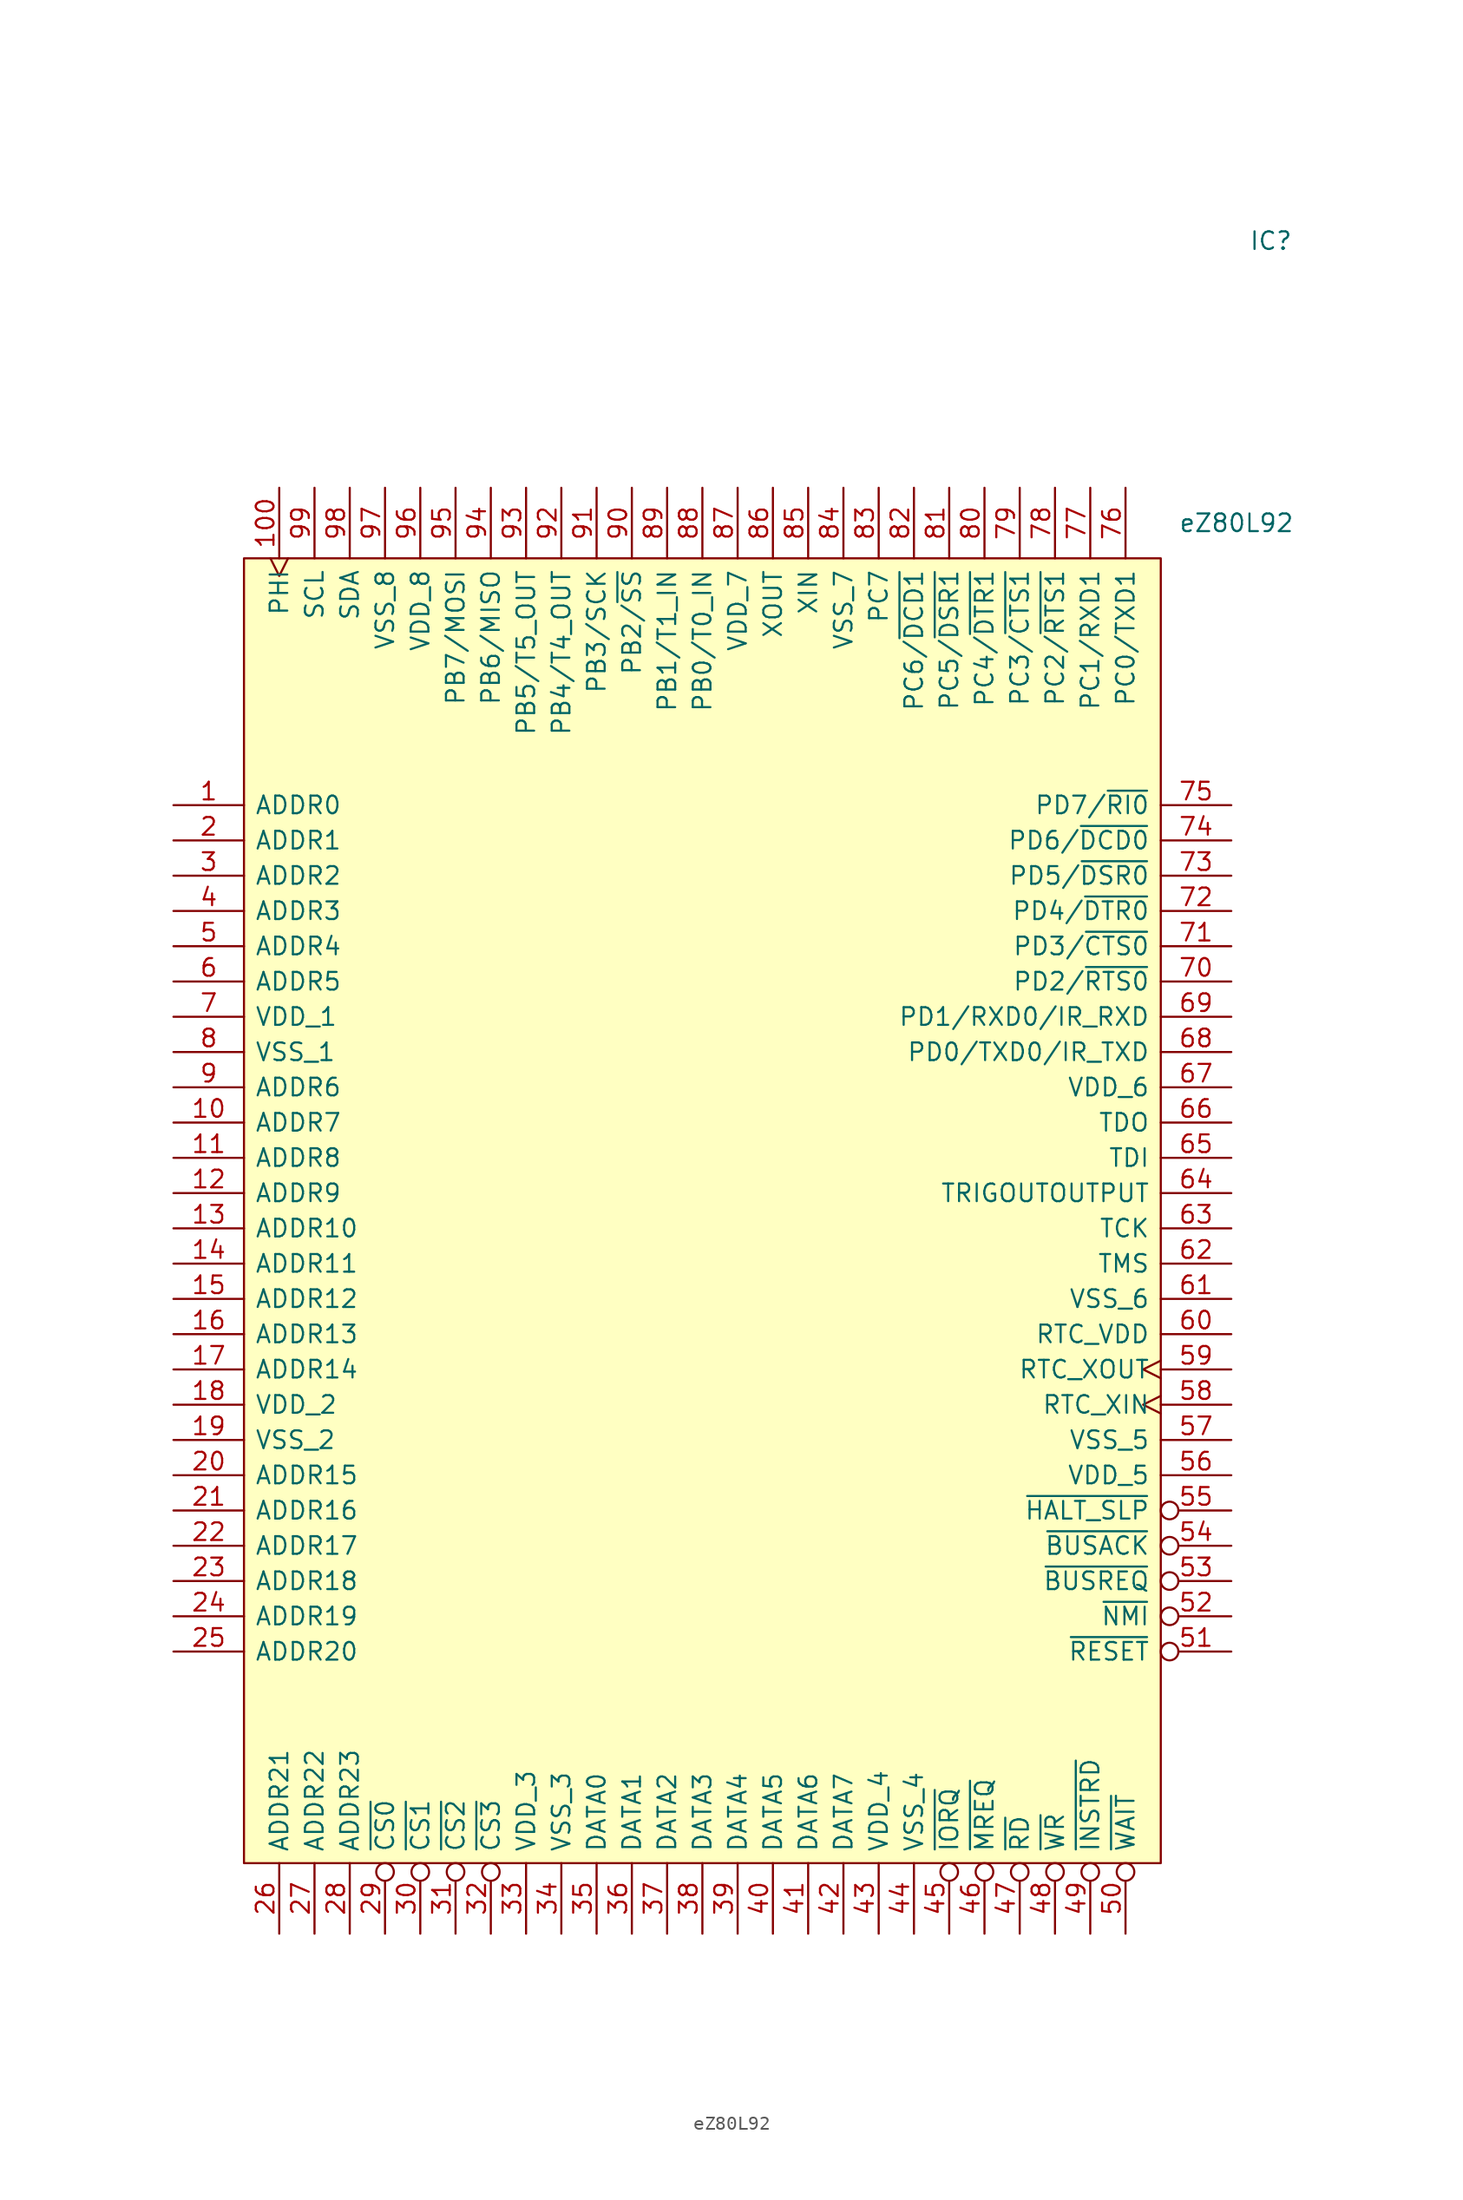
<source format=kicad_sym>
(kicad_symbol_lib
  (version 20211014)
  (generator kicad_symbol_editor)
  (symbol "eZ80L92"
    (pin_names
      (offset 0.762))
    (property "Reference" "IC"
      (at 72.39 22.86 0)
      (effects (font (size 1.27 1.27)) (justify left)))
    (property "Value" "eZ80L92"
      (at 67.31 2.54 0)
      (effects (font (size 1.27 1.27)) (justify left)))
    (symbol "eZ80L92_0_0"
      (pin bidirectional line (at -5.08 -17.78 0) (length 5.08) (name "ADDR0" (effects (font (size 1.27 1.27)))) (number "1" (effects (font (size 1.27 1.27)))))
      (pin bidirectional line (at -5.08 -40.64 0) (length 5.08) (name "ADDR7" (effects (font (size 1.27 1.27)))) (number "10" (effects (font (size 1.27 1.27)))))
      (pin output clock (at 2.54 5.08 270) (length 5.08) (name "PHI" (effects (font (size 1.27 1.27)))) (number "100" (effects (font (size 1.27 1.27)))))
      (pin bidirectional line (at -5.08 -43.18 0) (length 5.08) (name "ADDR8" (effects (font (size 1.27 1.27)))) (number "11" (effects (font (size 1.27 1.27)))))
      (pin bidirectional line (at -5.08 -45.72 0) (length 5.08) (name "ADDR9" (effects (font (size 1.27 1.27)))) (number "12" (effects (font (size 1.27 1.27)))))
      (pin bidirectional line (at -5.08 -48.26 0) (length 5.08) (name "ADDR10" (effects (font (size 1.27 1.27)))) (number "13" (effects (font (size 1.27 1.27)))))
      (pin bidirectional line (at -5.08 -50.8 0) (length 5.08) (name "ADDR11" (effects (font (size 1.27 1.27)))) (number "14" (effects (font (size 1.27 1.27)))))
      (pin bidirectional line (at -5.08 -53.34 0) (length 5.08) (name "ADDR12" (effects (font (size 1.27 1.27)))) (number "15" (effects (font (size 1.27 1.27)))))
      (pin bidirectional line (at -5.08 -55.88 0) (length 5.08) (name "ADDR13" (effects (font (size 1.27 1.27)))) (number "16" (effects (font (size 1.27 1.27)))))
      (pin bidirectional line (at -5.08 -58.42 0) (length 5.08) (name "ADDR14" (effects (font (size 1.27 1.27)))) (number "17" (effects (font (size 1.27 1.27)))))
      (pin power_in line (at -5.08 -60.96 0) (length 5.08) (name "VDD_2" (effects (font (size 1.27 1.27)))) (number "18" (effects (font (size 1.27 1.27)))))
      (pin power_in line (at -5.08 -63.5 0) (length 5.08) (name "VSS_2" (effects (font (size 1.27 1.27)))) (number "19" (effects (font (size 1.27 1.27)))))
      (pin bidirectional line (at -5.08 -20.32 0) (length 5.08) (name "ADDR1" (effects (font (size 1.27 1.27)))) (number "2" (effects (font (size 1.27 1.27)))))
      (pin bidirectional line (at -5.08 -66.04 0) (length 5.08) (name "ADDR15" (effects (font (size 1.27 1.27)))) (number "20" (effects (font (size 1.27 1.27)))))
      (pin bidirectional line (at -5.08 -68.58 0) (length 5.08) (name "ADDR16" (effects (font (size 1.27 1.27)))) (number "21" (effects (font (size 1.27 1.27)))))
      (pin bidirectional line (at -5.08 -71.12 0) (length 5.08) (name "ADDR17" (effects (font (size 1.27 1.27)))) (number "22" (effects (font (size 1.27 1.27)))))
      (pin bidirectional line (at -5.08 -73.66 0) (length 5.08) (name "ADDR18" (effects (font (size 1.27 1.27)))) (number "23" (effects (font (size 1.27 1.27)))))
      (pin bidirectional line (at -5.08 -76.2 0) (length 5.08) (name "ADDR19" (effects (font (size 1.27 1.27)))) (number "24" (effects (font (size 1.27 1.27)))))
      (pin bidirectional line (at -5.08 -78.74 0) (length 5.08) (name "ADDR20" (effects (font (size 1.27 1.27)))) (number "25" (effects (font (size 1.27 1.27)))))
      (pin bidirectional line (at 2.54 -99.06 90) (length 5.08) (name "ADDR21" (effects (font (size 1.27 1.27)))) (number "26" (effects (font (size 1.27 1.27)))))
      (pin bidirectional line (at 5.08 -99.06 90) (length 5.08) (name "ADDR22" (effects (font (size 1.27 1.27)))) (number "27" (effects (font (size 1.27 1.27)))))
      (pin bidirectional line (at 7.62 -99.06 90) (length 5.08) (name "ADDR23" (effects (font (size 1.27 1.27)))) (number "28" (effects (font (size 1.27 1.27)))))
      (pin output inverted (at 10.16 -99.06 90) (length 5.08) (name "~{CS0}" (effects (font (size 1.27 1.27)))) (number "29" (effects (font (size 1.27 1.27)))))
      (pin bidirectional line (at -5.08 -22.86 0) (length 5.08) (name "ADDR2" (effects (font (size 1.27 1.27)))) (number "3" (effects (font (size 1.27 1.27)))))
      (pin output inverted (at 12.7 -99.06 90) (length 5.08) (name "~{CS1}" (effects (font (size 1.27 1.27)))) (number "30" (effects (font (size 1.27 1.27)))))
      (pin output inverted (at 15.24 -99.06 90) (length 5.08) (name "~{CS2}" (effects (font (size 1.27 1.27)))) (number "31" (effects (font (size 1.27 1.27)))))
      (pin output inverted (at 17.78 -99.06 90) (length 5.08) (name "~{CS3}" (effects (font (size 1.27 1.27)))) (number "32" (effects (font (size 1.27 1.27)))))
      (pin power_in line (at 20.32 -99.06 90) (length 5.08) (name "VDD_3" (effects (font (size 1.27 1.27)))) (number "33" (effects (font (size 1.27 1.27)))))
      (pin power_in line (at 22.86 -99.06 90) (length 5.08) (name "VSS_3" (effects (font (size 1.27 1.27)))) (number "34" (effects (font (size 1.27 1.27)))))
      (pin bidirectional line (at 25.4 -99.06 90) (length 5.08) (name "DATA0" (effects (font (size 1.27 1.27)))) (number "35" (effects (font (size 1.27 1.27)))))
      (pin bidirectional line (at 27.94 -99.06 90) (length 5.08) (name "DATA1" (effects (font (size 1.27 1.27)))) (number "36" (effects (font (size 1.27 1.27)))))
      (pin bidirectional line (at 30.48 -99.06 90) (length 5.08) (name "DATA2" (effects (font (size 1.27 1.27)))) (number "37" (effects (font (size 1.27 1.27)))))
      (pin bidirectional line (at 33.02 -99.06 90) (length 5.08) (name "DATA3" (effects (font (size 1.27 1.27)))) (number "38" (effects (font (size 1.27 1.27)))))
      (pin bidirectional line (at 35.56 -99.06 90) (length 5.08) (name "DATA4" (effects (font (size 1.27 1.27)))) (number "39" (effects (font (size 1.27 1.27)))))
      (pin bidirectional line (at -5.08 -25.4 0) (length 5.08) (name "ADDR3" (effects (font (size 1.27 1.27)))) (number "4" (effects (font (size 1.27 1.27)))))
      (pin bidirectional line (at 38.1 -99.06 90) (length 5.08) (name "DATA5" (effects (font (size 1.27 1.27)))) (number "40" (effects (font (size 1.27 1.27)))))
      (pin bidirectional line (at 40.64 -99.06 90) (length 5.08) (name "DATA6" (effects (font (size 1.27 1.27)))) (number "41" (effects (font (size 1.27 1.27)))))
      (pin bidirectional line (at 43.18 -99.06 90) (length 5.08) (name "DATA7" (effects (font (size 1.27 1.27)))) (number "42" (effects (font (size 1.27 1.27)))))
      (pin power_in line (at 45.72 -99.06 90) (length 5.08) (name "VDD_4" (effects (font (size 1.27 1.27)))) (number "43" (effects (font (size 1.27 1.27)))))
      (pin power_in line (at 48.26 -99.06 90) (length 5.08) (name "VSS_4" (effects (font (size 1.27 1.27)))) (number "44" (effects (font (size 1.27 1.27)))))
      (pin bidirectional inverted (at 50.8 -99.06 90) (length 5.08) (name "~{IORQ}" (effects (font (size 1.27 1.27)))) (number "45" (effects (font (size 1.27 1.27)))))
      (pin bidirectional inverted (at 53.34 -99.06 90) (length 5.08) (name "~{MREQ}" (effects (font (size 1.27 1.27)))) (number "46" (effects (font (size 1.27 1.27)))))
      (pin output inverted (at 55.88 -99.06 90) (length 5.08) (name "~{RD}" (effects (font (size 1.27 1.27)))) (number "47" (effects (font (size 1.27 1.27)))))
      (pin output inverted (at 58.42 -99.06 90) (length 5.08) (name "~{WR}" (effects (font (size 1.27 1.27)))) (number "48" (effects (font (size 1.27 1.27)))))
      (pin output inverted (at 60.96 -99.06 90) (length 5.08) (name "~{INSTRD}" (effects (font (size 1.27 1.27)))) (number "49" (effects (font (size 1.27 1.27)))))
      (pin bidirectional line (at -5.08 -27.94 0) (length 5.08) (name "ADDR4" (effects (font (size 1.27 1.27)))) (number "5" (effects (font (size 1.27 1.27)))))
      (pin input inverted (at 63.5 -99.06 90) (length 5.08) (name "~{WAIT}" (effects (font (size 1.27 1.27)))) (number "50" (effects (font (size 1.27 1.27)))))
      (pin input inverted (at 71.12 -78.74 180) (length 5.08) (name "~{RESET}" (effects (font (size 1.27 1.27)))) (number "51" (effects (font (size 1.27 1.27)))))
      (pin input inverted (at 71.12 -76.2 180) (length 5.08) (name "~{NMI}" (effects (font (size 1.27 1.27)))) (number "52" (effects (font (size 1.27 1.27)))))
      (pin input inverted (at 71.12 -73.66 180) (length 5.08) (name "~{BUSREQ}" (effects (font (size 1.27 1.27)))) (number "53" (effects (font (size 1.27 1.27)))))
      (pin output inverted (at 71.12 -71.12 180) (length 5.08) (name "~{BUSACK}" (effects (font (size 1.27 1.27)))) (number "54" (effects (font (size 1.27 1.27)))))
      (pin output inverted (at 71.12 -68.58 180) (length 5.08) (name "~{HALT_SLP}" (effects (font (size 1.27 1.27)))) (number "55" (effects (font (size 1.27 1.27)))))
      (pin power_in line (at 71.12 -66.04 180) (length 5.08) (name "VDD_5" (effects (font (size 1.27 1.27)))) (number "56" (effects (font (size 1.27 1.27)))))
      (pin power_in line (at 71.12 -63.5 180) (length 5.08) (name "VSS_5" (effects (font (size 1.27 1.27)))) (number "57" (effects (font (size 1.27 1.27)))))
      (pin input clock (at 71.12 -60.96 180) (length 5.08) (name "RTC_XIN" (effects (font (size 1.27 1.27)))) (number "58" (effects (font (size 1.27 1.27)))))
      (pin bidirectional clock (at 71.12 -58.42 180) (length 5.08) (name "RTC_XOUT" (effects (font (size 1.27 1.27)))) (number "59" (effects (font (size 1.27 1.27)))))
      (pin bidirectional line (at -5.08 -30.48 0) (length 5.08) (name "ADDR5" (effects (font (size 1.27 1.27)))) (number "6" (effects (font (size 1.27 1.27)))))
      (pin power_in line (at 71.12 -55.88 180) (length 5.08) (name "RTC_VDD" (effects (font (size 1.27 1.27)))) (number "60" (effects (font (size 1.27 1.27)))))
      (pin power_in line (at 71.12 -53.34 180) (length 5.08) (name "VSS_6" (effects (font (size 1.27 1.27)))) (number "61" (effects (font (size 1.27 1.27)))))
      (pin input line (at 71.12 -50.8 180) (length 5.08) (name "TMS" (effects (font (size 1.27 1.27)))) (number "62" (effects (font (size 1.27 1.27)))))
      (pin output line (at 71.12 -48.26 180) (length 5.08) (name "TCK" (effects (font (size 1.27 1.27)))) (number "63" (effects (font (size 1.27 1.27)))))
      (pin output line (at 71.12 -45.72 180) (length 5.08) (name "TRIGOUTOUTPUT" (effects (font (size 1.27 1.27)))) (number "64" (effects (font (size 1.27 1.27)))))
      (pin bidirectional line (at 71.12 -43.18 180) (length 5.08) (name "TDI" (effects (font (size 1.27 1.27)))) (number "65" (effects (font (size 1.27 1.27)))))
      (pin output line (at 71.12 -40.64 180) (length 5.08) (name "TDO" (effects (font (size 1.27 1.27)))) (number "66" (effects (font (size 1.27 1.27)))))
      (pin power_in line (at 71.12 -38.1 180) (length 5.08) (name "VDD_6" (effects (font (size 1.27 1.27)))) (number "67" (effects (font (size 1.27 1.27)))))
      (pin bidirectional line (at 71.12 -35.56 180) (length 5.08) (name "PD0/TXD0/IR_TXD" (effects (font (size 1.27 1.27)))) (number "68" (effects (font (size 1.27 1.27)))))
      (pin bidirectional line (at 71.12 -33.02 180) (length 5.08) (name "PD1/RXD0/IR_RXD" (effects (font (size 1.27 1.27)))) (number "69" (effects (font (size 1.27 1.27)))))
      (pin power_in line (at -5.08 -33.02 0) (length 5.08) (name "VDD_1" (effects (font (size 1.27 1.27)))) (number "7" (effects (font (size 1.27 1.27)))))
      (pin bidirectional line (at 71.12 -30.48 180) (length 5.08) (name "PD2/~{RTS0}" (effects (font (size 1.27 1.27)))) (number "70" (effects (font (size 1.27 1.27)))))
      (pin bidirectional line (at 71.12 -27.94 180) (length 5.08) (name "PD3/~{CTS0}" (effects (font (size 1.27 1.27)))) (number "71" (effects (font (size 1.27 1.27)))))
      (pin bidirectional line (at 71.12 -25.4 180) (length 5.08) (name "PD4/~{DTR0}" (effects (font (size 1.27 1.27)))) (number "72" (effects (font (size 1.27 1.27)))))
      (pin bidirectional line (at 71.12 -22.86 180) (length 5.08) (name "PD5/~{DSR0}" (effects (font (size 1.27 1.27)))) (number "73" (effects (font (size 1.27 1.27)))))
      (pin bidirectional line (at 71.12 -20.32 180) (length 5.08) (name "PD6/~{DCD0}" (effects (font (size 1.27 1.27)))) (number "74" (effects (font (size 1.27 1.27)))))
      (pin bidirectional line (at 71.12 -17.78 180) (length 5.08) (name "PD7/~{RI0}" (effects (font (size 1.27 1.27)))) (number "75" (effects (font (size 1.27 1.27)))))
      (pin bidirectional line (at 63.5 5.08 270) (length 5.08) (name "PC0/TXD1" (effects (font (size 1.27 1.27)))) (number "76" (effects (font (size 1.27 1.27)))))
      (pin bidirectional line (at 60.96 5.08 270) (length 5.08) (name "PC1/RXD1" (effects (font (size 1.27 1.27)))) (number "77" (effects (font (size 1.27 1.27)))))
      (pin bidirectional line (at 58.42 5.08 270) (length 5.08) (name "PC2/~{RTS1}" (effects (font (size 1.27 1.27)))) (number "78" (effects (font (size 1.27 1.27)))))
      (pin bidirectional line (at 55.88 5.08 270) (length 5.08) (name "PC3/~{CTS1}" (effects (font (size 1.27 1.27)))) (number "79" (effects (font (size 1.27 1.27)))))
      (pin power_in line (at -5.08 -35.56 0) (length 5.08) (name "VSS_1" (effects (font (size 1.27 1.27)))) (number "8" (effects (font (size 1.27 1.27)))))
      (pin bidirectional line (at 53.34 5.08 270) (length 5.08) (name "PC4/~{DTR1}" (effects (font (size 1.27 1.27)))) (number "80" (effects (font (size 1.27 1.27)))))
      (pin bidirectional line (at 50.8 5.08 270) (length 5.08) (name "PC5/~{DSR1}" (effects (font (size 1.27 1.27)))) (number "81" (effects (font (size 1.27 1.27)))))
      (pin bidirectional line (at 48.26 5.08 270) (length 5.08) (name "PC6/~{DCD1}" (effects (font (size 1.27 1.27)))) (number "82" (effects (font (size 1.27 1.27)))))
      (pin bidirectional line (at 45.72 5.08 270) (length 5.08) (name "PC7" (effects (font (size 1.27 1.27)))) (number "83" (effects (font (size 1.27 1.27)))))
      (pin power_in line (at 43.18 5.08 270) (length 5.08) (name "VSS_7" (effects (font (size 1.27 1.27)))) (number "84" (effects (font (size 1.27 1.27)))))
      (pin bidirectional line (at 40.64 5.08 270) (length 5.08) (name "XIN" (effects (font (size 1.27 1.27)))) (number "85" (effects (font (size 1.27 1.27)))))
      (pin bidirectional line (at 38.1 5.08 270) (length 5.08) (name "XOUT" (effects (font (size 1.27 1.27)))) (number "86" (effects (font (size 1.27 1.27)))))
      (pin power_in line (at 35.56 5.08 270) (length 5.08) (name "VDD_7" (effects (font (size 1.27 1.27)))) (number "87" (effects (font (size 1.27 1.27)))))
      (pin bidirectional line (at 33.02 5.08 270) (length 5.08) (name "PB0/T0_IN" (effects (font (size 1.27 1.27)))) (number "88" (effects (font (size 1.27 1.27)))))
      (pin bidirectional line (at 30.48 5.08 270) (length 5.08) (name "PB1/T1_IN" (effects (font (size 1.27 1.27)))) (number "89" (effects (font (size 1.27 1.27)))))
      (pin bidirectional line (at -5.08 -38.1 0) (length 5.08) (name "ADDR6" (effects (font (size 1.27 1.27)))) (number "9" (effects (font (size 1.27 1.27)))))
      (pin bidirectional line (at 27.94 5.08 270) (length 5.08) (name "PB2/~{SS}" (effects (font (size 1.27 1.27)))) (number "90" (effects (font (size 1.27 1.27)))))
      (pin bidirectional line (at 25.4 5.08 270) (length 5.08) (name "PB3/SCK" (effects (font (size 1.27 1.27)))) (number "91" (effects (font (size 1.27 1.27)))))
      (pin bidirectional line (at 22.86 5.08 270) (length 5.08) (name "PB4/T4_OUT" (effects (font (size 1.27 1.27)))) (number "92" (effects (font (size 1.27 1.27)))))
      (pin bidirectional line (at 20.32 5.08 270) (length 5.08) (name "PB5/T5_OUT" (effects (font (size 1.27 1.27)))) (number "93" (effects (font (size 1.27 1.27)))))
      (pin bidirectional line (at 17.78 5.08 270) (length 5.08) (name "PB6/MISO" (effects (font (size 1.27 1.27)))) (number "94" (effects (font (size 1.27 1.27)))))
      (pin bidirectional line (at 15.24 5.08 270) (length 5.08) (name "PB7/MOSI" (effects (font (size 1.27 1.27)))) (number "95" (effects (font (size 1.27 1.27)))))
      (pin power_in line (at 12.7 5.08 270) (length 5.08) (name "VDD_8" (effects (font (size 1.27 1.27)))) (number "96" (effects (font (size 1.27 1.27)))))
      (pin power_in line (at 10.16 5.08 270) (length 5.08) (name "VSS_8" (effects (font (size 1.27 1.27)))) (number "97" (effects (font (size 1.27 1.27)))))
      (pin bidirectional line (at 7.62 5.08 270) (length 5.08) (name "SDA" (effects (font (size 1.27 1.27)))) (number "98" (effects (font (size 1.27 1.27)))))
      (pin bidirectional line (at 5.08 5.08 270) (length 5.08) (name "SCL" (effects (font (size 1.27 1.27)))) (number "99" (effects (font (size 1.27 1.27))))))
    (symbol "eZ80L92_0_1"
      (polyline (pts (xy 0 0) (xy 66.04 0) (xy 66.04 -93.98) (xy 0 -93.98) (xy 0 0)) (stroke (width 0.152) (type solid)) (fill (type background))))))
</source>
